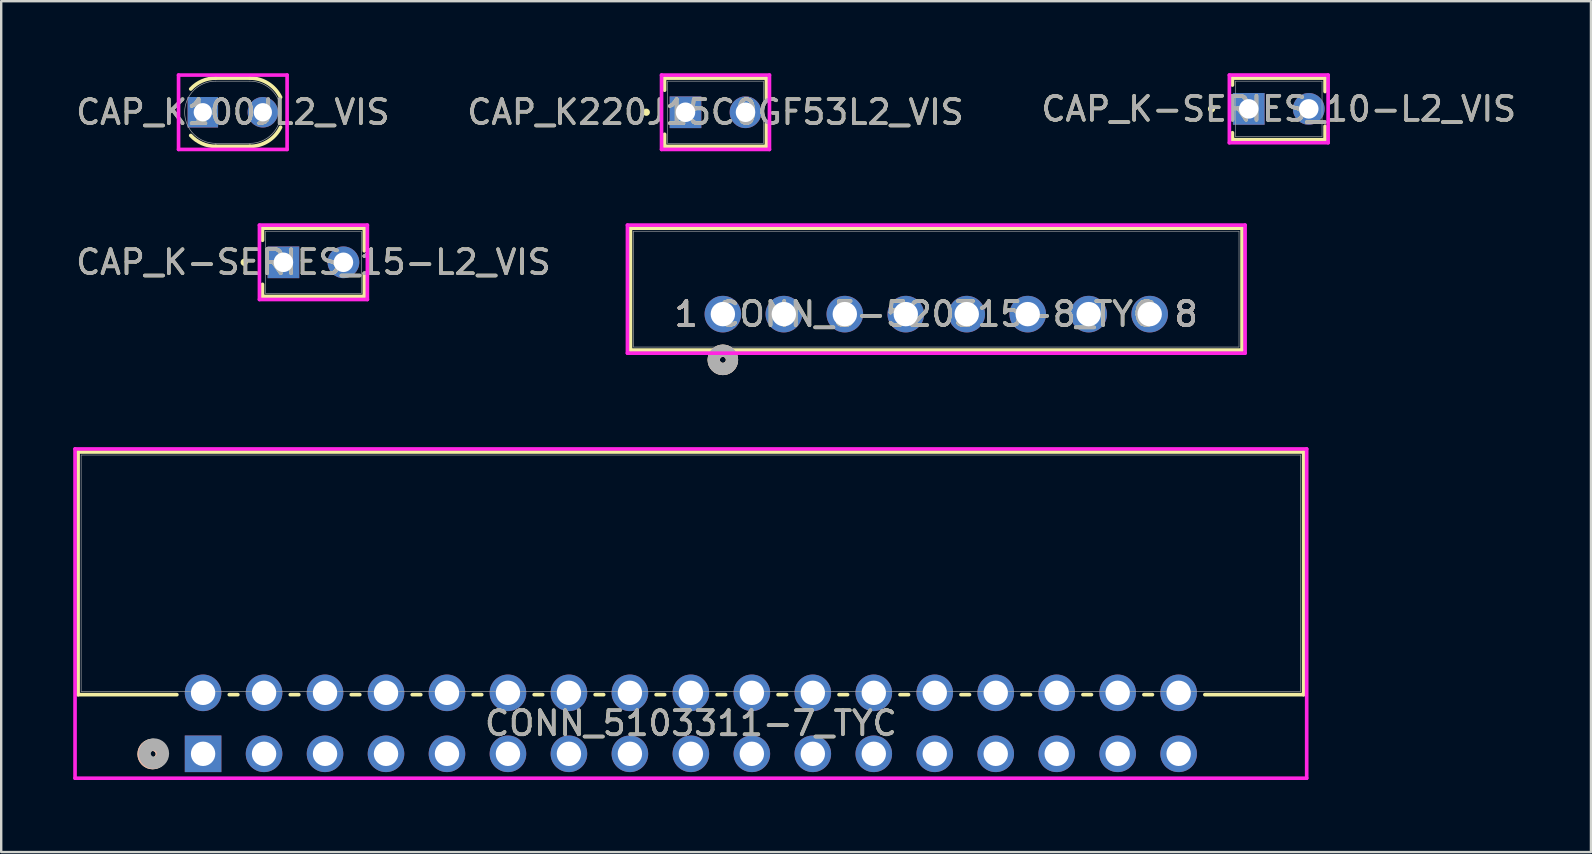
<source format=kicad_pcb>
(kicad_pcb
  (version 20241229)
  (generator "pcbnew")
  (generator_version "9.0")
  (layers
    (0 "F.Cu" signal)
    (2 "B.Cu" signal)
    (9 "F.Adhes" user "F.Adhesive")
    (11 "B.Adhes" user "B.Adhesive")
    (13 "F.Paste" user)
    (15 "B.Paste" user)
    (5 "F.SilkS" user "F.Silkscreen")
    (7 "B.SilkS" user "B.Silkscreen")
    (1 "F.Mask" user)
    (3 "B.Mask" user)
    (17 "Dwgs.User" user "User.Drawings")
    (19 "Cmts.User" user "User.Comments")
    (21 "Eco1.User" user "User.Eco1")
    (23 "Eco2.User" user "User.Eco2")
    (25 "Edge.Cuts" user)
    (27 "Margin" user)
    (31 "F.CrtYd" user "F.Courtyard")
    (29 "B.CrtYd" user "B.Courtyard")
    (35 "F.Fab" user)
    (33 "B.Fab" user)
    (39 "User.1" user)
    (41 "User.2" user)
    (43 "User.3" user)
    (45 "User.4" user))
  (footprint "CAP_K-SERIES_15-L2_VIS"
    (layer "F.Cu")
    (at 8.756 7.877)
    (property "Reference" "CAP_K-SERIES_15-L2_VIS" (at 1.25 0 0) (unlocked yes) (layer "F.SilkS") (effects (font (size 1 1) (thickness 0.15))))
    (attr through_hole)
    (fp_line (start -0.871 -1.422) (end -0.871 -0.918) (stroke (width 0.152) (type solid)) (layer "F.SilkS"))
    (fp_line (start -0.871 0.918) (end -0.871 1.422) (stroke (width 0.152) (type solid)) (layer "F.SilkS"))
    (fp_line (start 3.371 -1.422) (end -0.871 -1.422) (stroke (width 0.152) (type solid)) (layer "F.SilkS"))
    (fp_line (start 3.371 -1.422) (end 3.371 -0.477) (stroke (width 0.152) (type solid)) (layer "F.SilkS"))
    (fp_line (start 3.371 0.477) (end 3.371 1.422) (stroke (width 0.152) (type solid)) (layer "F.SilkS"))
    (fp_line (start 3.371 1.422) (end -0.871 1.422) (stroke (width 0.152) (type solid)) (layer "F.SilkS"))
    (fp_circle (center -1.633 0) (end -1.557 0) (stroke (width 0.152) (type solid)) (fill no) (layer "F.SilkS"))
    (fp_line (start -0.998 -1.549) (end 3.498 -1.549) (stroke (width 0.152) (type solid)) (layer "F.CrtYd"))
    (fp_line (start -0.998 1.549) (end -0.998 -1.549) (stroke (width 0.152) (type solid)) (layer "F.CrtYd"))
    (fp_line (start 3.498 -1.549) (end 3.498 1.549) (stroke (width 0.152) (type solid)) (layer "F.CrtYd"))
    (fp_line (start 3.498 1.549) (end -0.998 1.549) (stroke (width 0.152) (type solid)) (layer "F.CrtYd"))
    (fp_line (start -0.744 -1.295) (end -0.744 1.295) (stroke (width 0.025) (type solid)) (layer "F.Fab"))
    (fp_line (start 3.244 -1.295) (end -0.744 -1.295) (stroke (width 0.025) (type solid)) (layer "F.Fab"))
    (fp_line (start 3.244 -1.295) (end 3.244 1.295) (stroke (width 0.025) (type solid)) (layer "F.Fab"))
    (fp_line (start 3.244 1.295) (end -0.744 1.295) (stroke (width 0.025) (type solid)) (layer "F.Fab"))
    (fp_circle (center -0.236 0) (end -0.16 0) (stroke (width 0.025) (type solid)) (fill no) (layer "F.Fab"))
    (fp_text user "${REFERENCE}" (at 1.25 0 0) (unlocked yes) (layer "F.Fab") (effects (font (size 1 1) (thickness 0.15))))
    (pad "1" thru_hole rect (at 0 0) (size 1.321 1.321) (drill 0.813) (layers "*.Cu" "*.Mask"))
    (pad "2" thru_hole circle (at 2.5 0) (size 1.321 1.321) (drill 0.813) (layers "*.Cu" "*.Mask")))
  (footprint "CAP_K-SERIES_10-L2_VIS"
    (layer "F.Cu")
    (at 48.97 1.486)
    (property "Reference" "CAP_K-SERIES_10-L2_VIS" (at 1.25 0 0) (unlocked yes) (layer "F.SilkS") (effects (font (size 1 1) (thickness 0.15))))
    (attr through_hole)
    (fp_line (start -0.68 -1.283) (end -0.68 -0.993) (stroke (width 0.152) (type solid)) (layer "F.SilkS"))
    (fp_line (start -0.68 0.993) (end -0.68 1.283) (stroke (width 0.152) (type solid)) (layer "F.SilkS"))
    (fp_line (start 3.18 -1.283) (end -0.68 -1.283) (stroke (width 0.152) (type solid)) (layer "F.SilkS"))
    (fp_line (start 3.18 -1.283) (end 3.18 -0.723) (stroke (width 0.152) (type solid)) (layer "F.SilkS"))
    (fp_line (start 3.18 0.723) (end 3.18 1.283) (stroke (width 0.152) (type solid)) (layer "F.SilkS"))
    (fp_line (start 3.18 1.283) (end -0.68 1.283) (stroke (width 0.152) (type solid)) (layer "F.SilkS"))
    (fp_circle (center -1.549 0) (end -1.473 0) (stroke (width 0.152) (type solid)) (fill no) (layer "F.SilkS"))
    (fp_line (start -0.807 -1.41) (end 3.307 -1.41) (stroke (width 0.152) (type solid)) (layer "F.CrtYd"))
    (fp_line (start -0.807 1.41) (end -0.807 -1.41) (stroke (width 0.152) (type solid)) (layer "F.CrtYd"))
    (fp_line (start 3.307 -1.41) (end 3.307 1.41) (stroke (width 0.152) (type solid)) (layer "F.CrtYd"))
    (fp_line (start 3.307 1.41) (end -0.807 1.41) (stroke (width 0.152) (type solid)) (layer "F.CrtYd"))
    (fp_line (start -0.553 -1.156) (end -0.553 1.156) (stroke (width 0.025) (type solid)) (layer "F.Fab"))
    (fp_line (start 3.053 -1.156) (end -0.553 -1.156) (stroke (width 0.025) (type solid)) (layer "F.Fab"))
    (fp_line (start 3.053 -1.156) (end 3.053 1.156) (stroke (width 0.025) (type solid)) (layer "F.Fab"))
    (fp_line (start 3.053 1.156) (end -0.553 1.156) (stroke (width 0.025) (type solid)) (layer "F.Fab"))
    (fp_circle (center -0.045 0) (end 0.031 0) (stroke (width 0.025) (type solid)) (fill no) (layer "F.Fab"))
    (fp_text user "${REFERENCE}" (at 1.25 0 0) (unlocked yes) (layer "F.Fab") (effects (font (size 1 1) (thickness 0.15))))
    (pad "1" thru_hole rect (at 0 0) (size 1.321 1.321) (drill 0.813) (layers "*.Cu" "*.Mask"))
    (pad "2" thru_hole circle (at 2.5 0) (size 1.321 1.321) (drill 0.813) (layers "*.Cu" "*.Mask")))
  (footprint "CONN_5-520315-8_TYC"
    (layer "F.Cu")
    (at 27.063 10.036)
    (property "Reference" "CONN_5-520315-8_TYC" (at 8.89 0 0) (unlocked yes) (layer "F.SilkS") (effects (font (size 1 1) (thickness 0.15))))
    (attr through_hole)
    (fp_line (start -3.848 -3.581) (end -3.848 1.499) (stroke (width 0.152) (type solid)) (layer "F.SilkS"))
    (fp_line (start -3.848 1.499) (end 21.628 1.499) (stroke (width 0.152) (type solid)) (layer "F.SilkS"))
    (fp_line (start 21.628 -3.581) (end -3.848 -3.581) (stroke (width 0.152) (type solid)) (layer "F.SilkS"))
    (fp_line (start 21.628 1.499) (end 21.628 -3.581) (stroke (width 0.152) (type solid)) (layer "F.SilkS"))
    (fp_circle (center 0 1.905) (end 0.381 1.905) (stroke (width 0.508) (type solid)) (fill no) (layer "F.SilkS"))
    (fp_circle (center 0 1.905) (end 0.381 1.905) (stroke (width 0.508) (type solid)) (fill no) (layer "B.SilkS"))
    (fp_line (start -3.975 -3.708) (end -3.975 1.626) (stroke (width 0.152) (type solid)) (layer "F.CrtYd"))
    (fp_line (start -3.975 1.626) (end 21.755 1.626) (stroke (width 0.152) (type solid)) (layer "F.CrtYd"))
    (fp_line (start 21.755 -3.708) (end -3.975 -3.708) (stroke (width 0.152) (type solid)) (layer "F.CrtYd"))
    (fp_line (start 21.755 1.626) (end 21.755 -3.708) (stroke (width 0.152) (type solid)) (layer "F.CrtYd"))
    (fp_line (start -3.721 -3.454) (end -3.721 1.372) (stroke (width 0.025) (type solid)) (layer "F.Fab"))
    (fp_line (start -3.721 1.372) (end 21.501 1.372) (stroke (width 0.025) (type solid)) (layer "F.Fab"))
    (fp_line (start 21.501 -3.454) (end -3.721 -3.454) (stroke (width 0.025) (type solid)) (layer "F.Fab"))
    (fp_line (start 21.501 1.372) (end 21.501 -3.454) (stroke (width 0.025) (type solid)) (layer "F.Fab"))
    (fp_circle (center 0 1.905) (end 0.381 1.905) (stroke (width 0.508) (type solid)) (fill no) (layer "F.Fab"))
    (fp_text user "1" (at -1.524 0 0) (unlocked yes) (layer "F.SilkS") (effects (font (size 1 1) (thickness 0.15))))
    (fp_text user "8" (at 19.304 0 0) (unlocked yes) (layer "F.SilkS") (effects (font (size 1 1) (thickness 0.15))))
    (fp_text user "8" (at 19.304 0 0) (unlocked yes) (layer "F.SilkS") (effects (font (size 1 1) (thickness 0.15))))
    (fp_text user "1" (at -1.524 0 0) (unlocked yes) (layer "F.SilkS") (effects (font (size 1 1) (thickness 0.15))))
    (fp_text user "8" (at 19.304 0 0) (unlocked yes) (layer "B.SilkS") (effects (font (size 1 1) (thickness 0.15))))
    (fp_text user "8" (at 19.304 0 0) (unlocked yes) (layer "B.SilkS") (effects (font (size 1 1) (thickness 0.15))))
    (fp_text user "1" (at -1.524 0 0) (unlocked yes) (layer "B.SilkS") (effects (font (size 1 1) (thickness 0.15))))
    (fp_text user "1" (at -1.524 0 0) (unlocked yes) (layer "B.SilkS") (effects (font (size 1 1) (thickness 0.15))))
    (fp_text user "1" (at -1.524 0 0) (unlocked yes) (layer "F.Fab") (effects (font (size 1 1) (thickness 0.15))))
    (fp_text user "${REFERENCE}" (at 8.89 0 0) (unlocked yes) (layer "F.Fab") (effects (font (size 1 1) (thickness 0.15))))
    (fp_text user "8" (at 19.304 0 0) (unlocked yes) (layer "F.Fab") (effects (font (size 1 1) (thickness 0.15))))
    (fp_text user "8" (at 19.304 0 0) (unlocked yes) (layer "F.Fab") (effects (font (size 1 1) (thickness 0.15))))
    (fp_text user "1" (at -1.524 0 0) (unlocked yes) (layer "F.Fab") (effects (font (size 1 1) (thickness 0.15))))
    (pad "1" thru_hole circle (at 0 0) (size 1.524 1.524) (drill 1.016) (layers "*.Cu" "*.Mask"))
    (pad "2" thru_hole circle (at 2.54 0) (size 1.524 1.524) (drill 1.016) (layers "*.Cu" "*.Mask"))
    (pad "3" thru_hole circle (at 5.08 0) (size 1.524 1.524) (drill 1.016) (layers "*.Cu" "*.Mask"))
    (pad "4" thru_hole circle (at 7.62 0) (size 1.524 1.524) (drill 1.016) (layers "*.Cu" "*.Mask"))
    (pad "5" thru_hole circle (at 10.16 0) (size 1.524 1.524) (drill 1.016) (layers "*.Cu" "*.Mask"))
    (pad "6" thru_hole circle (at 12.7 0) (size 1.524 1.524) (drill 1.016) (layers "*.Cu" "*.Mask"))
    (pad "7" thru_hole circle (at 15.24 0) (size 1.524 1.524) (drill 1.016) (layers "*.Cu" "*.Mask"))
    (pad "8" thru_hole circle (at 17.78 0) (size 1.524 1.524) (drill 1.016) (layers "*.Cu" "*.Mask")))
  (footprint "CAP_K100JL2_VIS"
    (layer "F.Cu")
    (at 6.649 1.626)
    (property "Reference" "CAP_K100JL2_VIS" (at 0 0 0) (unlocked yes) (layer "F.SilkS") (effects (font (size 1 1) (thickness 0.15))))
    (attr through_hole)
    (fp_line (start -0.711 -1.422) (end 0.711 -1.422) (stroke (width 0.152) (type solid)) (layer "F.SilkS"))
    (fp_line (start -0.711 1.422) (end 0.711 1.422) (stroke (width 0.152) (type solid)) (layer "F.SilkS"))
    (fp_arc (start -1.75365 -0.96774) (mid -1.279842 -1.30379) (end -0.7112 -1.4224) (stroke (width 0.1524) (type solid)) (layer "F.SilkS"))
    (fp_arc (start -0.7112 1.4224) (mid -1.279842 1.30379) (end -1.753649 0.967741) (stroke (width 0.1524) (type solid)) (layer "F.SilkS"))
    (fp_arc (start 0.7112 -1.4224) (mid 1.464378 -1.206625) (end 1.989046 -0.624766) (stroke (width 0.1524) (type solid)) (layer "F.SilkS"))
    (fp_arc (start 1.989046 0.624766) (mid 1.464378 1.206625) (end 0.7112 1.4224) (stroke (width 0.1524) (type solid)) (layer "F.SilkS"))
    (fp_line (start -2.261 -1.549) (end 2.261 -1.549) (stroke (width 0.152) (type solid)) (layer "F.CrtYd"))
    (fp_line (start -2.261 1.549) (end -2.261 -1.549) (stroke (width 0.152) (type solid)) (layer "F.CrtYd"))
    (fp_line (start 2.261 -1.549) (end 2.261 1.549) (stroke (width 0.152) (type solid)) (layer "F.CrtYd"))
    (fp_line (start 2.261 1.549) (end -2.261 1.549) (stroke (width 0.152) (type solid)) (layer "F.CrtYd"))
    (fp_line (start -0.711 -1.295) (end 0.711 -1.295) (stroke (width 0.025) (type solid)) (layer "F.Fab"))
    (fp_line (start -0.711 1.295) (end 0.711 1.295) (stroke (width 0.025) (type solid)) (layer "F.Fab"))
    (fp_arc (start -0.7112 1.2954) (mid -2.0066 0) (end -0.7112 -1.2954) (stroke (width 0.0254) (type solid)) (layer "F.Fab"))
    (fp_arc (start 0.7112 -1.2954) (mid 2.0066 0) (end 0.7112 1.2954) (stroke (width 0.0254) (type solid)) (layer "F.Fab"))
    (fp_text user "${REFERENCE}" (at 0 0 0) (unlocked yes) (layer "F.Fab") (effects (font (size 1 1) (thickness 0.15))))
    (pad "1" thru_hole rect (at -1.25 0) (size 1.27 1.27) (drill 0.762) (layers "*.Cu" "*.Mask"))
    (pad "2" thru_hole circle (at 1.25 0) (size 1.27 1.27) (drill 0.762) (layers "*.Cu" "*.Mask")))
  (footprint "CONN_5103311-7_TYC"
    (layer "F.Cu")
    (at 5.41 25.812)
    (property "Reference" "CONN_5103311-7_TYC" (at 20.32 1.27 0) (unlocked yes) (layer "F.SilkS") (effects (font (size 1 1) (thickness 0.15))))
    (attr through_hole)
    (fp_line (start -5.207 -10.033) (end -5.207 0.076) (stroke (width 0.152) (type solid)) (layer "F.SilkS"))
    (fp_line (start -5.207 0.076) (end -1.092 0.076) (stroke (width 0.152) (type solid)) (layer "F.SilkS"))
    (fp_line (start 1.092 0.076) (end 1.448 0.076) (stroke (width 0.152) (type solid)) (layer "F.SilkS"))
    (fp_line (start 3.632 0.076) (end 3.988 0.076) (stroke (width 0.152) (type solid)) (layer "F.SilkS"))
    (fp_line (start 6.172 0.076) (end 6.528 0.076) (stroke (width 0.152) (type solid)) (layer "F.SilkS"))
    (fp_line (start 8.712 0.076) (end 9.068 0.076) (stroke (width 0.152) (type solid)) (layer "F.SilkS"))
    (fp_line (start 11.252 0.076) (end 11.608 0.076) (stroke (width 0.152) (type solid)) (layer "F.SilkS"))
    (fp_line (start 13.792 0.076) (end 14.148 0.076) (stroke (width 0.152) (type solid)) (layer "F.SilkS"))
    (fp_line (start 16.332 0.076) (end 16.688 0.076) (stroke (width 0.152) (type solid)) (layer "F.SilkS"))
    (fp_line (start 18.872 0.076) (end 19.228 0.076) (stroke (width 0.152) (type solid)) (layer "F.SilkS"))
    (fp_line (start 21.412 0.076) (end 21.768 0.076) (stroke (width 0.152) (type solid)) (layer "F.SilkS"))
    (fp_line (start 23.952 0.076) (end 24.308 0.076) (stroke (width 0.152) (type solid)) (layer "F.SilkS"))
    (fp_line (start 26.492 0.076) (end 26.848 0.076) (stroke (width 0.152) (type solid)) (layer "F.SilkS"))
    (fp_line (start 29.032 0.076) (end 29.388 0.076) (stroke (width 0.152) (type solid)) (layer "F.SilkS"))
    (fp_line (start 31.572 0.076) (end 31.928 0.076) (stroke (width 0.152) (type solid)) (layer "F.SilkS"))
    (fp_line (start 34.112 0.076) (end 34.468 0.076) (stroke (width 0.152) (type solid)) (layer "F.SilkS"))
    (fp_line (start 36.652 0.076) (end 37.008 0.076) (stroke (width 0.152) (type solid)) (layer "F.SilkS"))
    (fp_line (start 39.192 0.076) (end 39.548 0.076) (stroke (width 0.152) (type solid)) (layer "F.SilkS"))
    (fp_line (start 41.732 0.076) (end 45.847 0.076) (stroke (width 0.152) (type solid)) (layer "F.SilkS"))
    (fp_line (start 45.847 -10.033) (end -5.207 -10.033) (stroke (width 0.152) (type solid)) (layer "F.SilkS"))
    (fp_line (start 45.847 0.076) (end 45.847 -10.033) (stroke (width 0.152) (type solid)) (layer "F.SilkS"))
    (fp_circle (center -2.1 2.55) (end -1.719 2.55) (stroke (width 0.508) (type solid)) (fill no) (layer "F.SilkS"))
    (fp_circle (center -2.1 2.55) (end -1.719 2.55) (stroke (width 0.508) (type solid)) (fill no) (layer "B.SilkS"))
    (fp_line (start -5.334 -10.16) (end -5.334 3.556) (stroke (width 0.152) (type solid)) (layer "F.CrtYd"))
    (fp_line (start -5.334 3.556) (end 45.974 3.556) (stroke (width 0.152) (type solid)) (layer "F.CrtYd"))
    (fp_line (start 45.974 -10.16) (end -5.334 -10.16) (stroke (width 0.152) (type solid)) (layer "F.CrtYd"))
    (fp_line (start 45.974 3.556) (end 45.974 -10.16) (stroke (width 0.152) (type solid)) (layer "F.CrtYd"))
    (fp_line (start -5.08 -9.906) (end -5.08 -0.051) (stroke (width 0.025) (type solid)) (layer "F.Fab"))
    (fp_line (start -5.08 -0.051) (end 45.72 -0.051) (stroke (width 0.025) (type solid)) (layer "F.Fab"))
    (fp_line (start 45.72 -9.906) (end -5.08 -9.906) (stroke (width 0.025) (type solid)) (layer "F.Fab"))
    (fp_line (start 45.72 -0.051) (end 45.72 -9.906) (stroke (width 0.025) (type solid)) (layer "F.Fab"))
    (fp_circle (center -2.05 2.531) (end -1.669 2.531) (stroke (width 0.508) (type solid)) (fill no) (layer "F.Fab"))
    (fp_text user "${REFERENCE}" (at 20.32 1.27 0) (unlocked yes) (layer "F.Fab") (effects (font (size 1 1) (thickness 0.15))))
    (pad "1" thru_hole rect (at 0 2.54) (size 1.524 1.524) (drill 1.016) (layers "*.Cu" "*.Mask"))
    (pad "2" thru_hole circle (at 0 0) (size 1.524 1.524) (drill 1.016) (layers "*.Cu" "*.Mask"))
    (pad "3" thru_hole circle (at 2.54 2.54) (size 1.524 1.524) (drill 1.016) (layers "*.Cu" "*.Mask"))
    (pad "4" thru_hole circle (at 2.54 0) (size 1.524 1.524) (drill 1.016) (layers "*.Cu" "*.Mask"))
    (pad "5" thru_hole circle (at 5.08 2.54) (size 1.524 1.524) (drill 1.016) (layers "*.Cu" "*.Mask"))
    (pad "6" thru_hole circle (at 5.08 0) (size 1.524 1.524) (drill 1.016) (layers "*.Cu" "*.Mask"))
    (pad "7" thru_hole circle (at 7.62 2.54) (size 1.524 1.524) (drill 1.016) (layers "*.Cu" "*.Mask"))
    (pad "8" thru_hole circle (at 7.62 0) (size 1.524 1.524) (drill 1.016) (layers "*.Cu" "*.Mask"))
    (pad "9" thru_hole circle (at 10.16 2.54) (size 1.524 1.524) (drill 1.016) (layers "*.Cu" "*.Mask"))
    (pad "10" thru_hole circle (at 10.16 0) (size 1.524 1.524) (drill 1.016) (layers "*.Cu" "*.Mask"))
    (pad "11" thru_hole circle (at 12.7 2.54) (size 1.524 1.524) (drill 1.016) (layers "*.Cu" "*.Mask"))
    (pad "12" thru_hole circle (at 12.7 0) (size 1.524 1.524) (drill 1.016) (layers "*.Cu" "*.Mask"))
    (pad "13" thru_hole circle (at 15.24 2.54) (size 1.524 1.524) (drill 1.016) (layers "*.Cu" "*.Mask"))
    (pad "14" thru_hole circle (at 15.24 0) (size 1.524 1.524) (drill 1.016) (layers "*.Cu" "*.Mask"))
    (pad "15" thru_hole circle (at 17.78 2.54) (size 1.524 1.524) (drill 1.016) (layers "*.Cu" "*.Mask"))
    (pad "16" thru_hole circle (at 17.78 0) (size 1.524 1.524) (drill 1.016) (layers "*.Cu" "*.Mask"))
    (pad "17" thru_hole circle (at 20.32 2.54) (size 1.524 1.524) (drill 1.016) (layers "*.Cu" "*.Mask"))
    (pad "18" thru_hole circle (at 20.32 0) (size 1.524 1.524) (drill 1.016) (layers "*.Cu" "*.Mask"))
    (pad "19" thru_hole circle (at 22.86 2.54) (size 1.524 1.524) (drill 1.016) (layers "*.Cu" "*.Mask"))
    (pad "20" thru_hole circle (at 22.86 0) (size 1.524 1.524) (drill 1.016) (layers "*.Cu" "*.Mask"))
    (pad "21" thru_hole circle (at 25.4 2.54) (size 1.524 1.524) (drill 1.016) (layers "*.Cu" "*.Mask"))
    (pad "22" thru_hole circle (at 25.4 0) (size 1.524 1.524) (drill 1.016) (layers "*.Cu" "*.Mask"))
    (pad "23" thru_hole circle (at 27.94 2.54) (size 1.524 1.524) (drill 1.016) (layers "*.Cu" "*.Mask"))
    (pad "24" thru_hole circle (at 27.94 0) (size 1.524 1.524) (drill 1.016) (layers "*.Cu" "*.Mask"))
    (pad "25" thru_hole circle (at 30.48 2.54) (size 1.524 1.524) (drill 1.016) (layers "*.Cu" "*.Mask"))
    (pad "26" thru_hole circle (at 30.48 0) (size 1.524 1.524) (drill 1.016) (layers "*.Cu" "*.Mask"))
    (pad "27" thru_hole circle (at 33.02 2.54) (size 1.524 1.524) (drill 1.016) (layers "*.Cu" "*.Mask"))
    (pad "28" thru_hole circle (at 33.02 0) (size 1.524 1.524) (drill 1.016) (layers "*.Cu" "*.Mask"))
    (pad "29" thru_hole circle (at 35.56 2.54) (size 1.524 1.524) (drill 1.016) (layers "*.Cu" "*.Mask"))
    (pad "30" thru_hole circle (at 35.56 0) (size 1.524 1.524) (drill 1.016) (layers "*.Cu" "*.Mask"))
    (pad "31" thru_hole circle (at 38.1 2.54) (size 1.524 1.524) (drill 1.016) (layers "*.Cu" "*.Mask"))
    (pad "32" thru_hole circle (at 38.1 0) (size 1.524 1.524) (drill 1.016) (layers "*.Cu" "*.Mask"))
    (pad "33" thru_hole circle (at 40.64 2.54) (size 1.524 1.524) (drill 1.016) (layers "*.Cu" "*.Mask"))
    (pad "34" thru_hole circle (at 40.64 0) (size 1.524 1.524) (drill 1.016) (layers "*.Cu" "*.Mask")))
  (footprint "CAP_K220J15C0GF53L2_VIS"
    (layer "F.Cu")
    (at 25.506 1.626)
    (property "Reference" "CAP_K220J15C0GF53L2_VIS" (at 1.25 0 0) (unlocked yes) (layer "F.SilkS") (effects (font (size 1 1) (thickness 0.15))))
    (attr through_hole)
    (fp_line (start -0.871 -1.422) (end -0.871 -0.918) (stroke (width 0.152) (type solid)) (layer "F.SilkS"))
    (fp_line (start -0.871 0.918) (end -0.871 1.422) (stroke (width 0.152) (type solid)) (layer "F.SilkS"))
    (fp_line (start 3.371 -1.422) (end -0.871 -1.422) (stroke (width 0.152) (type solid)) (layer "F.SilkS"))
    (fp_line (start 3.371 -1.422) (end 3.371 -0.477) (stroke (width 0.152) (type solid)) (layer "F.SilkS"))
    (fp_line (start 3.371 0.477) (end 3.371 1.422) (stroke (width 0.152) (type solid)) (layer "F.SilkS"))
    (fp_line (start 3.371 1.422) (end -0.871 1.422) (stroke (width 0.152) (type solid)) (layer "F.SilkS"))
    (fp_circle (center -1.633 0) (end -1.557 0) (stroke (width 0.152) (type solid)) (fill no) (layer "F.SilkS"))
    (fp_line (start -0.998 -1.549) (end 3.498 -1.549) (stroke (width 0.152) (type solid)) (layer "F.CrtYd"))
    (fp_line (start -0.998 1.549) (end -0.998 -1.549) (stroke (width 0.152) (type solid)) (layer "F.CrtYd"))
    (fp_line (start 3.498 -1.549) (end 3.498 1.549) (stroke (width 0.152) (type solid)) (layer "F.CrtYd"))
    (fp_line (start 3.498 1.549) (end -0.998 1.549) (stroke (width 0.152) (type solid)) (layer "F.CrtYd"))
    (fp_line (start -0.744 -1.295) (end -0.744 1.295) (stroke (width 0.025) (type solid)) (layer "F.Fab"))
    (fp_line (start 3.244 -1.295) (end -0.744 -1.295) (stroke (width 0.025) (type solid)) (layer "F.Fab"))
    (fp_line (start 3.244 -1.295) (end 3.244 1.295) (stroke (width 0.025) (type solid)) (layer "F.Fab"))
    (fp_line (start 3.244 1.295) (end -0.744 1.295) (stroke (width 0.025) (type solid)) (layer "F.Fab"))
    (fp_circle (center -0.236 0) (end -0.16 0) (stroke (width 0.025) (type solid)) (fill no) (layer "F.Fab"))
    (fp_text user "${REFERENCE}" (at 1.25 0 0) (unlocked yes) (layer "F.Fab") (effects (font (size 1 1) (thickness 0.15))))
    (pad "1" thru_hole rect (at 0 0) (size 1.321 1.321) (drill 0.813) (layers "*.Cu" "*.Mask"))
    (pad "2" thru_hole circle (at 2.5 0) (size 1.321 1.321) (drill 0.813) (layers "*.Cu" "*.Mask")))
  (gr_rect
    (start -3 -3)
    (end 63.226 32.444)
    (stroke (width 0.1) (type default))
    (fill no)
    (layer "Edge.Cuts")))
</source>
